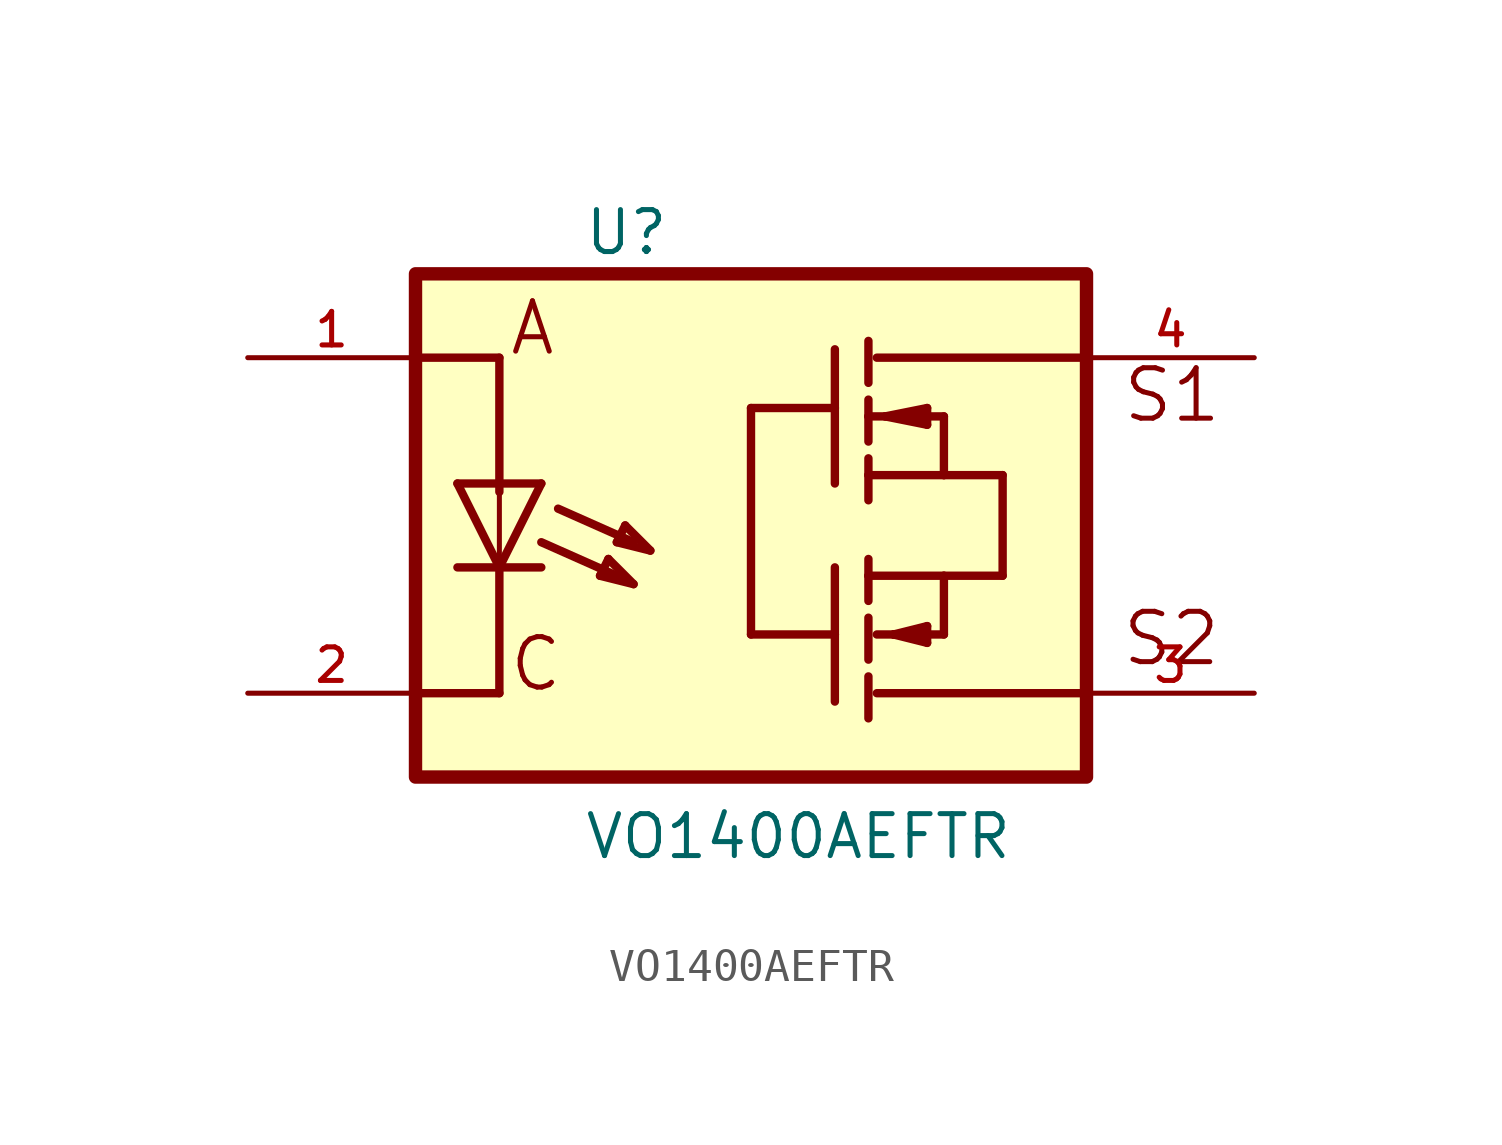
<source format=kicad_sym>
(kicad_symbol_lib
  (version 20211014)
  (generator kicad_symbol_editor)
  (symbol "VO1400AEFTR"
    (pin_names
      (offset 1.016))
    (property "Reference" "U"
      (at -5.082 8.131 0)
      (effects (font (size 1.27 1.27)) (justify bottom left)))
    (property "Value" "VO1400AEFTR"
      (at -5.08 -10.161 0)
      (effects (font (size 1.27 1.27)) (justify bottom left)))
    (symbol "VO1400AEFTR_0_0"
      (polyline (pts (xy -6.35 1.27) (xy -7.62 -1.27)) (stroke (width 0.254)))
      (polyline (pts (xy -7.62 -1.27) (xy -8.89 1.27)) (stroke (width 0.254)))
      (polyline (pts (xy -6.35 -1.27) (xy -7.62 -1.27)) (stroke (width 0.254)))
      (polyline (pts (xy -7.62 -1.27) (xy -8.89 -1.27)) (stroke (width 0.254)))
      (polyline (pts (xy -6.35 1.27) (xy -7.62 1.27)) (stroke (width 0.254)))
      (polyline (pts (xy -7.62 1.27) (xy -8.89 1.27)) (stroke (width 0.254)))
      (polyline (pts (xy -7.62 1.27) (xy -7.62 1.016)) (stroke (width 0.152)))
      (polyline (pts (xy -7.62 1.016) (xy -7.62 -1.27)) (stroke (width 0.152)))
      (polyline (pts (xy 10.16 -5.08) (xy 3.81 -5.08)) (stroke (width 0.254)))
      (polyline (pts (xy 3.556 -5.842) (xy 3.556 -4.572)) (stroke (width 0.254)))
      (polyline (pts (xy 3.556 -4.064) (xy 3.556 -2.794)) (stroke (width 0.254)))
      (polyline (pts (xy 3.556 -2.286) (xy 3.556 -1.524)) (stroke (width 0.254)))
      (polyline (pts (xy 3.556 -1.524) (xy 3.556 -1.016)) (stroke (width 0.254)))
      (polyline (pts (xy 2.54 -5.334) (xy 2.54 -3.302)) (stroke (width 0.254)))
      (polyline (pts (xy 2.54 -3.302) (xy 2.54 -1.27)) (stroke (width 0.254)))
      (polyline (pts (xy 5.334 -3.556) (xy 5.334 -3.048)) (stroke (width 0.254)))
      (polyline (pts (xy 5.334 -3.048) (xy 4.318 -3.302)) (stroke (width 0.254)))
      (polyline (pts (xy 4.318 -3.302) (xy 5.334 -3.556)) (stroke (width 0.254)))
      (polyline (pts (xy 3.556 -1.524) (xy 5.842 -1.524)) (stroke (width 0.254)))
      (polyline (pts (xy 5.842 -1.524) (xy 7.62 -1.524)) (stroke (width 0.254)))
      (polyline (pts (xy 3.81 -3.302) (xy 4.318 -3.302)) (stroke (width 0.254)))
      (polyline (pts (xy 4.318 -3.302) (xy 5.842 -3.302)) (stroke (width 0.254)))
      (polyline (pts (xy 5.842 -3.302) (xy 5.842 -1.524)) (stroke (width 0.254)))
      (polyline (pts (xy 2.54 1.27) (xy 2.54 3.556)) (stroke (width 0.254)))
      (polyline (pts (xy 2.54 3.556) (xy 2.54 5.334)) (stroke (width 0.254)))
      (polyline (pts (xy 3.556 0.762) (xy 3.556 1.524)) (stroke (width 0.254)))
      (polyline (pts (xy 3.556 1.524) (xy 3.556 2.032)) (stroke (width 0.254)))
      (polyline (pts (xy 3.556 2.54) (xy 3.556 3.302)) (stroke (width 0.254)))
      (polyline (pts (xy 3.556 3.302) (xy 3.556 3.81)) (stroke (width 0.254)))
      (polyline (pts (xy 3.556 4.318) (xy 3.556 5.588)) (stroke (width 0.254)))
      (polyline (pts (xy 3.81 5.08) (xy 10.16 5.08)) (stroke (width 0.254)))
      (polyline (pts (xy 3.556 3.302) (xy 5.842 3.302)) (stroke (width 0.254)))
      (polyline (pts (xy 3.556 1.524) (xy 5.842 1.524)) (stroke (width 0.254)))
      (polyline (pts (xy 5.842 1.524) (xy 7.62 1.524)) (stroke (width 0.254)))
      (polyline (pts (xy 7.62 1.524) (xy 7.62 -1.524)) (stroke (width 0.254)))
      (polyline (pts (xy 5.842 3.302) (xy 5.842 1.524)) (stroke (width 0.254)))
      (polyline (pts (xy 5.334 3.048) (xy 5.334 3.556)) (stroke (width 0.254)))
      (polyline (pts (xy 5.334 3.556) (xy 4.064 3.302)) (stroke (width 0.254)))
      (polyline (pts (xy 4.064 3.302) (xy 5.334 3.048)) (stroke (width 0.254)))
      (polyline (pts (xy -10.16 5.08) (xy -7.62 5.08)) (stroke (width 0.254)))
      (polyline (pts (xy -7.62 5.08) (xy -7.62 1.016)) (stroke (width 0.254)))
      (polyline (pts (xy -10.16 -5.08) (xy -7.62 -5.08)) (stroke (width 0.254)))
      (polyline (pts (xy -7.62 -5.08) (xy -7.62 -1.27)) (stroke (width 0.254)))
      (polyline (pts (xy 2.54 -3.302) (xy 0.0 -3.302)) (stroke (width 0.254)))
      (polyline (pts (xy 0.0 -3.302) (xy 0.0 3.556)) (stroke (width 0.254)))
      (polyline (pts (xy 0.0 3.556) (xy 2.54 3.556)) (stroke (width 0.254)))
      (polyline (pts (xy -4.318 -1.016) (xy -4.572 -1.524)) (stroke (width 0.254)))
      (polyline (pts (xy -4.572 -1.524) (xy -3.556 -1.778)) (stroke (width 0.254)))
      (polyline (pts (xy -3.556 -1.778) (xy -4.318 -1.016)) (stroke (width 0.254)))
      (polyline (pts (xy -3.81 0.0) (xy -4.064 -0.508)) (stroke (width 0.254)))
      (polyline (pts (xy -4.064 -0.508) (xy -3.048 -0.762)) (stroke (width 0.254)))
      (polyline (pts (xy -3.048 -0.762) (xy -3.81 0.0)) (stroke (width 0.254)))
      (polyline (pts (xy -4.064 -1.524) (xy -6.35 -0.508)) (stroke (width 0.254)))
      (polyline (pts (xy -3.556 -0.508) (xy -5.842 0.508)) (stroke (width 0.254)))
      (text "S2" (at 11.179 -4.319 0) (effects (font (size 1.524 1.524)) (justify bottom left)))
      (text "S1" (at 11.197 3.054 0) (effects (font (size 1.527 1.527)) (justify bottom left)))
      (text "A" (at -7.372 5.084 0) (effects (font (size 1.525 1.525)) (justify bottom left)))
      (text "C" (at -7.379 -5.089 0) (effects (font (size 1.527 1.527)) (justify bottom left)))
      (rectangle (start -10.16 -7.62) (end 10.16 7.62) (stroke (width 0.406)) (fill (type background)))
      (pin passive line (at 15.24 5.08 180.0) (length 5.08) (name "~" (effects (font (size 1.016 1.016)))) (number "4" (effects (font (size 1.016 1.016)))))
      (pin passive line (at 15.24 -5.08 180.0) (length 5.08) (name "~" (effects (font (size 1.016 1.016)))) (number "3" (effects (font (size 1.016 1.016)))))
      (pin passive line (at -15.24 5.08 0) (length 5.08) (name "~" (effects (font (size 1.016 1.016)))) (number "1" (effects (font (size 1.016 1.016)))))
      (pin passive line (at -15.24 -5.08 0) (length 5.08) (name "~" (effects (font (size 1.016 1.016)))) (number "2" (effects (font (size 1.016 1.016))))))))
</source>
